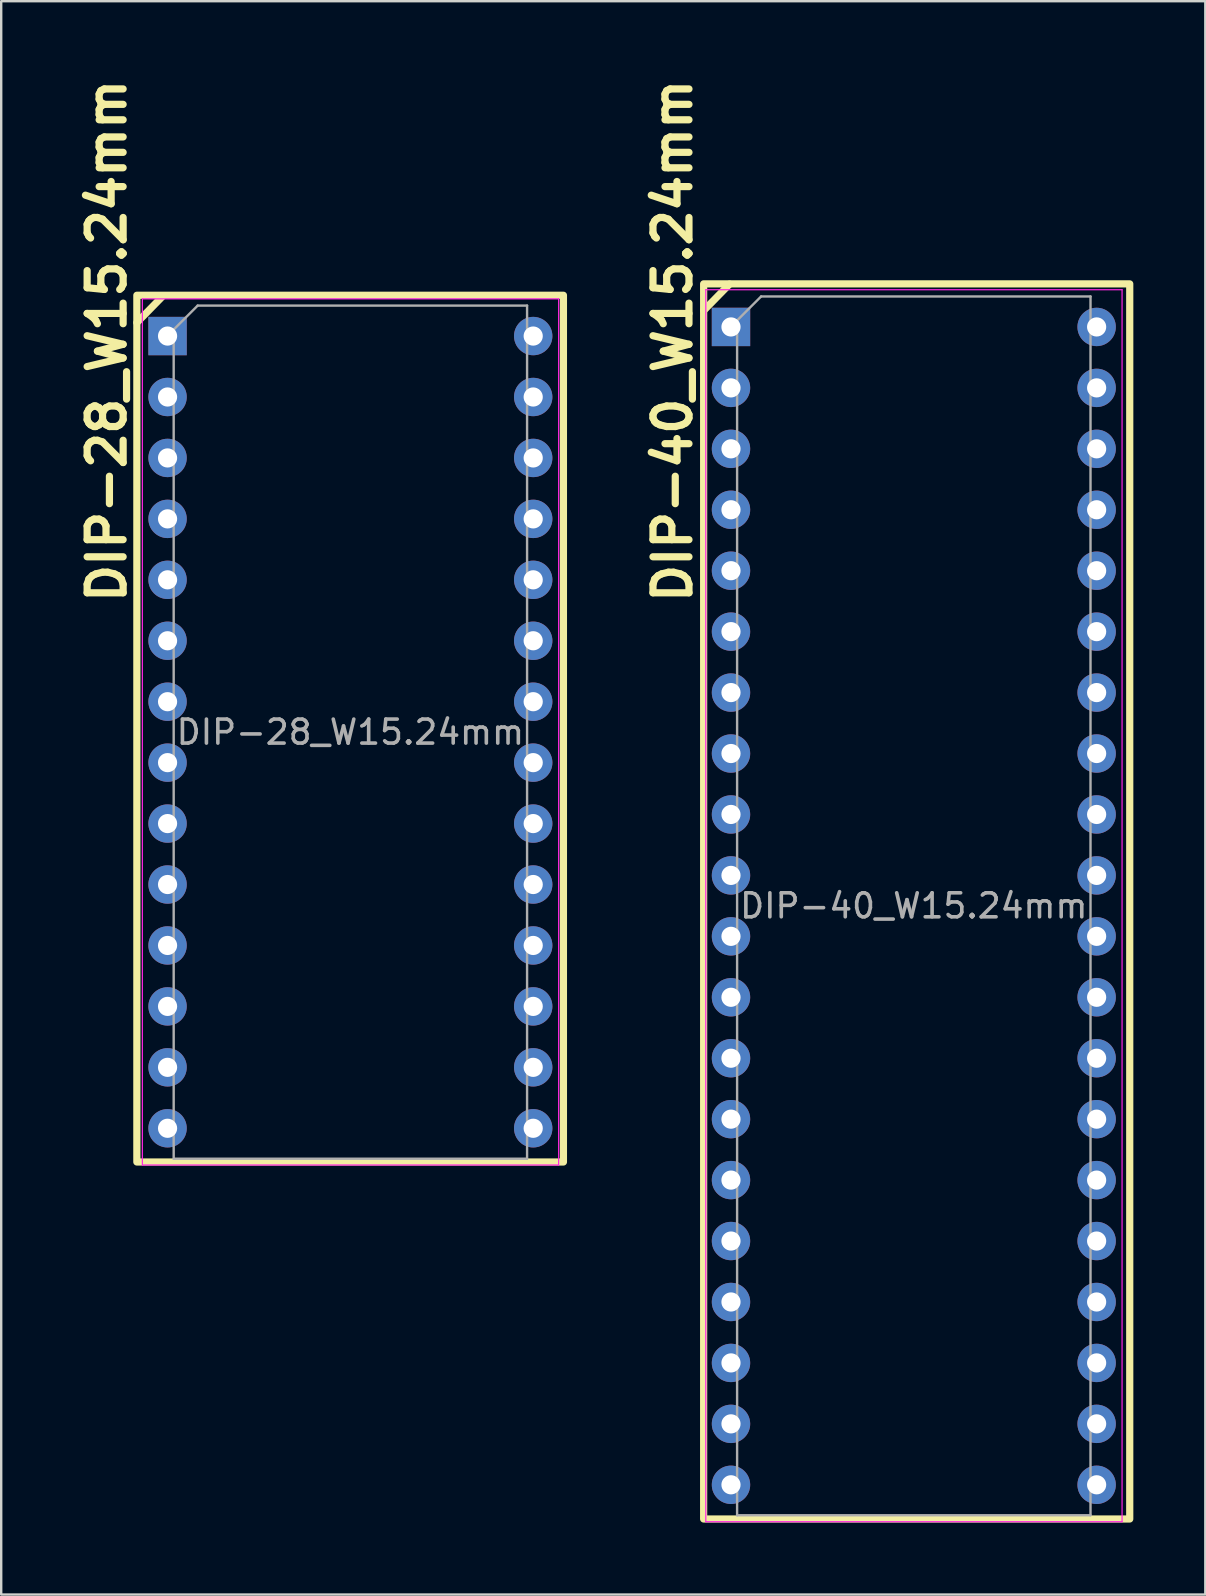
<source format=kicad_pcb>
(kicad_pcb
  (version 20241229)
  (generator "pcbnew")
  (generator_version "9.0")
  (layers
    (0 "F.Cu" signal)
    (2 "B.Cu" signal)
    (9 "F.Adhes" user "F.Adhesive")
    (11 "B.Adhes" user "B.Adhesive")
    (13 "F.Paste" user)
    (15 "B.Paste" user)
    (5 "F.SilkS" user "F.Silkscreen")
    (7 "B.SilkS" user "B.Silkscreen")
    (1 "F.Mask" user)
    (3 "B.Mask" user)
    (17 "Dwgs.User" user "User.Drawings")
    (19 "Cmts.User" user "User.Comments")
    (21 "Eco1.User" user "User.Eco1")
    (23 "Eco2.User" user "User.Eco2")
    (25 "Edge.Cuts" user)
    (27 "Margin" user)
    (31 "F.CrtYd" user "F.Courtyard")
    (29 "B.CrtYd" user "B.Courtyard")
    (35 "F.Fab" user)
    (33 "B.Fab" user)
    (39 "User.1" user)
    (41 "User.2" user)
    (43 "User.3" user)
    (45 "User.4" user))
  (footprint "DIP-40_W15.24mm"
    (layer "F.Cu")
    (at 27.408 10.617)
    (property "Reference" "DIP-40_W15.24mm" (at -2.42 0.54 90) (layer "F.SilkS") (effects (font (size 1.5 1.5) (thickness 0.3) (bold yes))))
    (attr through_hole)
    (fp_line (start -1.125 -0.725) (end -0.05 -1.825) (stroke (width 0.3) (type default)) (layer "F.SilkS"))
    (fp_rect (start -1.13 -1.835) (end 16.63 49.645) (stroke (width 0.3) (type default)) (fill no) (layer "F.SilkS"))
    (fp_line (start -1.04 -1.59) (end -1.04 49.76) (stroke (width 0.05) (type solid)) (layer "F.CrtYd"))
    (fp_line (start -1.04 49.76) (end 16.31 49.76) (stroke (width 0.05) (type solid)) (layer "F.CrtYd"))
    (fp_line (start 16.31 -1.59) (end -1.04 -1.59) (stroke (width 0.05) (type solid)) (layer "F.CrtYd"))
    (fp_line (start 16.31 49.76) (end 16.31 -1.59) (stroke (width 0.05) (type solid)) (layer "F.CrtYd"))
    (fp_line (start 0.265 -0.31) (end 1.265 -1.31) (stroke (width 0.1) (type solid)) (layer "F.Fab"))
    (fp_line (start 0.265 49.49) (end 0.265 -0.31) (stroke (width 0.1) (type solid)) (layer "F.Fab"))
    (fp_line (start 1.265 -1.31) (end 14.995 -1.31) (stroke (width 0.1) (type solid)) (layer "F.Fab"))
    (fp_line (start 14.995 -1.31) (end 14.995 49.49) (stroke (width 0.1) (type solid)) (layer "F.Fab"))
    (fp_line (start 14.995 49.49) (end 0.265 49.49) (stroke (width 0.1) (type solid)) (layer "F.Fab"))
    (fp_text user "${REFERENCE}" (at 7.63 24.09 0) (layer "F.Fab") (effects (font (size 1 1) (thickness 0.15))))
    (pad "1" thru_hole rect (at 0.01 -0.04) (size 1.6 1.6) (drill 0.8) (layers "*.Cu" "*.Mask"))
    (pad "2" thru_hole oval (at 0.01 2.5) (size 1.6 1.6) (drill 0.8) (layers "*.Cu" "*.Mask"))
    (pad "3" thru_hole oval (at 0.01 5.04) (size 1.6 1.6) (drill 0.8) (layers "*.Cu" "*.Mask"))
    (pad "4" thru_hole oval (at 0.01 7.58) (size 1.6 1.6) (drill 0.8) (layers "*.Cu" "*.Mask"))
    (pad "5" thru_hole oval (at 0.01 10.12) (size 1.6 1.6) (drill 0.8) (layers "*.Cu" "*.Mask"))
    (pad "6" thru_hole oval (at 0.01 12.66) (size 1.6 1.6) (drill 0.8) (layers "*.Cu" "*.Mask"))
    (pad "7" thru_hole oval (at 0.01 15.2) (size 1.6 1.6) (drill 0.8) (layers "*.Cu" "*.Mask"))
    (pad "8" thru_hole oval (at 0.01 17.74) (size 1.6 1.6) (drill 0.8) (layers "*.Cu" "*.Mask"))
    (pad "9" thru_hole oval (at 0.01 20.28) (size 1.6 1.6) (drill 0.8) (layers "*.Cu" "*.Mask"))
    (pad "10" thru_hole oval (at 0.01 22.82) (size 1.6 1.6) (drill 0.8) (layers "*.Cu" "*.Mask"))
    (pad "11" thru_hole oval (at 0.01 25.36) (size 1.6 1.6) (drill 0.8) (layers "*.Cu" "*.Mask"))
    (pad "12" thru_hole oval (at 0.01 27.9) (size 1.6 1.6) (drill 0.8) (layers "*.Cu" "*.Mask"))
    (pad "13" thru_hole oval (at 0.01 30.44) (size 1.6 1.6) (drill 0.8) (layers "*.Cu" "*.Mask"))
    (pad "14" thru_hole oval (at 0.01 32.98) (size 1.6 1.6) (drill 0.8) (layers "*.Cu" "*.Mask"))
    (pad "15" thru_hole oval (at 0.01 35.52) (size 1.6 1.6) (drill 0.8) (layers "*.Cu" "*.Mask"))
    (pad "16" thru_hole oval (at 0.01 38.06) (size 1.6 1.6) (drill 0.8) (layers "*.Cu" "*.Mask"))
    (pad "17" thru_hole oval (at 0.01 40.6) (size 1.6 1.6) (drill 0.8) (layers "*.Cu" "*.Mask"))
    (pad "18" thru_hole oval (at 0.01 43.14) (size 1.6 1.6) (drill 0.8) (layers "*.Cu" "*.Mask"))
    (pad "19" thru_hole oval (at 0.01 45.68) (size 1.6 1.6) (drill 0.8) (layers "*.Cu" "*.Mask"))
    (pad "20" thru_hole oval (at 0.01 48.22) (size 1.6 1.6) (drill 0.8) (layers "*.Cu" "*.Mask"))
    (pad "21" thru_hole oval (at 15.25 48.22) (size 1.6 1.6) (drill 0.8) (layers "*.Cu" "*.Mask"))
    (pad "22" thru_hole oval (at 15.25 45.68) (size 1.6 1.6) (drill 0.8) (layers "*.Cu" "*.Mask"))
    (pad "23" thru_hole oval (at 15.25 43.14) (size 1.6 1.6) (drill 0.8) (layers "*.Cu" "*.Mask"))
    (pad "24" thru_hole oval (at 15.25 40.6) (size 1.6 1.6) (drill 0.8) (layers "*.Cu" "*.Mask"))
    (pad "25" thru_hole oval (at 15.25 38.06) (size 1.6 1.6) (drill 0.8) (layers "*.Cu" "*.Mask"))
    (pad "26" thru_hole oval (at 15.25 35.52) (size 1.6 1.6) (drill 0.8) (layers "*.Cu" "*.Mask"))
    (pad "27" thru_hole oval (at 15.25 32.98) (size 1.6 1.6) (drill 0.8) (layers "*.Cu" "*.Mask"))
    (pad "28" thru_hole oval (at 15.25 30.44) (size 1.6 1.6) (drill 0.8) (layers "*.Cu" "*.Mask"))
    (pad "29" thru_hole oval (at 15.25 27.9) (size 1.6 1.6) (drill 0.8) (layers "*.Cu" "*.Mask"))
    (pad "30" thru_hole oval (at 15.25 25.36) (size 1.6 1.6) (drill 0.8) (layers "*.Cu" "*.Mask"))
    (pad "31" thru_hole oval (at 15.25 22.82) (size 1.6 1.6) (drill 0.8) (layers "*.Cu" "*.Mask"))
    (pad "32" thru_hole oval (at 15.25 20.28) (size 1.6 1.6) (drill 0.8) (layers "*.Cu" "*.Mask"))
    (pad "33" thru_hole oval (at 15.25 17.74) (size 1.6 1.6) (drill 0.8) (layers "*.Cu" "*.Mask"))
    (pad "34" thru_hole oval (at 15.25 15.2) (size 1.6 1.6) (drill 0.8) (layers "*.Cu" "*.Mask"))
    (pad "35" thru_hole oval (at 15.25 12.66) (size 1.6 1.6) (drill 0.8) (layers "*.Cu" "*.Mask"))
    (pad "36" thru_hole oval (at 15.25 10.12) (size 1.6 1.6) (drill 0.8) (layers "*.Cu" "*.Mask"))
    (pad "37" thru_hole oval (at 15.25 7.58) (size 1.6 1.6) (drill 0.8) (layers "*.Cu" "*.Mask"))
    (pad "38" thru_hole oval (at 15.25 5.04) (size 1.6 1.6) (drill 0.8) (layers "*.Cu" "*.Mask"))
    (pad "39" thru_hole oval (at 15.25 2.5) (size 1.6 1.6) (drill 0.8) (layers "*.Cu" "*.Mask"))
    (pad "40" thru_hole oval (at 15.25 -0.04) (size 1.6 1.6) (drill 0.8) (layers "*.Cu" "*.Mask")))
  (footprint "DIP-28_W15.24mm"
    (layer "F.Cu")
    (at 3.904 10.947)
    (property "Reference" "DIP-28_W15.24mm" (at -2.5 0.21 90) (layer "F.SilkS") (effects (font (size 1.5 1.5) (thickness 0.3) (bold yes))))
    (attr through_hole)
    (fp_line (start -1.25 -0.55) (end -0.175 -1.65) (stroke (width 0.3) (type default)) (layer "F.SilkS"))
    (fp_rect (start -1.25 -1.69) (end 16.53 34.435) (stroke (width 0.3) (type default)) (fill no) (layer "F.SilkS"))
    (fp_line (start -1.02 -1.54) (end -1.02 34.56) (stroke (width 0.05) (type solid)) (layer "F.CrtYd"))
    (fp_line (start -1.02 34.56) (end 16.33 34.56) (stroke (width 0.05) (type solid)) (layer "F.CrtYd"))
    (fp_line (start 16.33 -1.54) (end -1.02 -1.54) (stroke (width 0.05) (type solid)) (layer "F.CrtYd"))
    (fp_line (start 16.33 34.56) (end 16.33 -1.54) (stroke (width 0.05) (type solid)) (layer "F.CrtYd"))
    (fp_line (start 0.285 -0.26) (end 1.285 -1.26) (stroke (width 0.1) (type solid)) (layer "F.Fab"))
    (fp_line (start 0.285 34.3) (end 0.285 -0.26) (stroke (width 0.1) (type solid)) (layer "F.Fab"))
    (fp_line (start 1.285 -1.26) (end 15.015 -1.26) (stroke (width 0.1) (type solid)) (layer "F.Fab"))
    (fp_line (start 15.015 -1.26) (end 15.015 34.3) (stroke (width 0.1) (type solid)) (layer "F.Fab"))
    (fp_line (start 15.015 34.3) (end 0.285 34.3) (stroke (width 0.1) (type solid)) (layer "F.Fab"))
    (fp_text user "${REFERENCE}" (at 7.65 16.52 0) (layer "F.Fab") (effects (font (size 1 1) (thickness 0.15))))
    (pad "1" thru_hole rect (at 0.03 0.01) (size 1.6 1.6) (drill 0.8) (layers "*.Cu" "*.Mask"))
    (pad "2" thru_hole oval (at 0.03 2.55) (size 1.6 1.6) (drill 0.8) (layers "*.Cu" "*.Mask"))
    (pad "3" thru_hole oval (at 0.03 5.09) (size 1.6 1.6) (drill 0.8) (layers "*.Cu" "*.Mask"))
    (pad "4" thru_hole oval (at 0.03 7.63) (size 1.6 1.6) (drill 0.8) (layers "*.Cu" "*.Mask"))
    (pad "5" thru_hole oval (at 0.03 10.17) (size 1.6 1.6) (drill 0.8) (layers "*.Cu" "*.Mask"))
    (pad "6" thru_hole oval (at 0.03 12.71) (size 1.6 1.6) (drill 0.8) (layers "*.Cu" "*.Mask"))
    (pad "7" thru_hole oval (at 0.03 15.25) (size 1.6 1.6) (drill 0.8) (layers "*.Cu" "*.Mask"))
    (pad "8" thru_hole oval (at 0.03 17.79) (size 1.6 1.6) (drill 0.8) (layers "*.Cu" "*.Mask"))
    (pad "9" thru_hole oval (at 0.03 20.33) (size 1.6 1.6) (drill 0.8) (layers "*.Cu" "*.Mask"))
    (pad "10" thru_hole oval (at 0.03 22.87) (size 1.6 1.6) (drill 0.8) (layers "*.Cu" "*.Mask"))
    (pad "11" thru_hole oval (at 0.03 25.41) (size 1.6 1.6) (drill 0.8) (layers "*.Cu" "*.Mask"))
    (pad "12" thru_hole oval (at 0.03 27.95) (size 1.6 1.6) (drill 0.8) (layers "*.Cu" "*.Mask"))
    (pad "13" thru_hole oval (at 0.03 30.49) (size 1.6 1.6) (drill 0.8) (layers "*.Cu" "*.Mask"))
    (pad "14" thru_hole oval (at 0.03 33.03) (size 1.6 1.6) (drill 0.8) (layers "*.Cu" "*.Mask"))
    (pad "15" thru_hole oval (at 15.27 33.03) (size 1.6 1.6) (drill 0.8) (layers "*.Cu" "*.Mask"))
    (pad "16" thru_hole oval (at 15.27 30.49) (size 1.6 1.6) (drill 0.8) (layers "*.Cu" "*.Mask"))
    (pad "17" thru_hole oval (at 15.27 27.95) (size 1.6 1.6) (drill 0.8) (layers "*.Cu" "*.Mask"))
    (pad "18" thru_hole oval (at 15.27 25.41) (size 1.6 1.6) (drill 0.8) (layers "*.Cu" "*.Mask"))
    (pad "19" thru_hole oval (at 15.27 22.87) (size 1.6 1.6) (drill 0.8) (layers "*.Cu" "*.Mask"))
    (pad "20" thru_hole oval (at 15.27 20.33) (size 1.6 1.6) (drill 0.8) (layers "*.Cu" "*.Mask"))
    (pad "21" thru_hole oval (at 15.27 17.79) (size 1.6 1.6) (drill 0.8) (layers "*.Cu" "*.Mask"))
    (pad "22" thru_hole oval (at 15.27 15.25) (size 1.6 1.6) (drill 0.8) (layers "*.Cu" "*.Mask"))
    (pad "23" thru_hole oval (at 15.27 12.71) (size 1.6 1.6) (drill 0.8) (layers "*.Cu" "*.Mask"))
    (pad "24" thru_hole oval (at 15.27 10.17) (size 1.6 1.6) (drill 0.8) (layers "*.Cu" "*.Mask"))
    (pad "25" thru_hole oval (at 15.27 7.63) (size 1.6 1.6) (drill 0.8) (layers "*.Cu" "*.Mask"))
    (pad "26" thru_hole oval (at 15.27 5.09) (size 1.6 1.6) (drill 0.8) (layers "*.Cu" "*.Mask"))
    (pad "27" thru_hole oval (at 15.27 2.55) (size 1.6 1.6) (drill 0.8) (layers "*.Cu" "*.Mask"))
    (pad "28" thru_hole oval (at 15.27 0.01) (size 1.6 1.6) (drill 0.8) (layers "*.Cu" "*.Mask")))
  (gr_rect
    (start -3 -3)
    (end 47.188 63.412)
    (stroke (width 0.1) (type default))
    (fill no)
    (layer "Edge.Cuts")))
</source>
